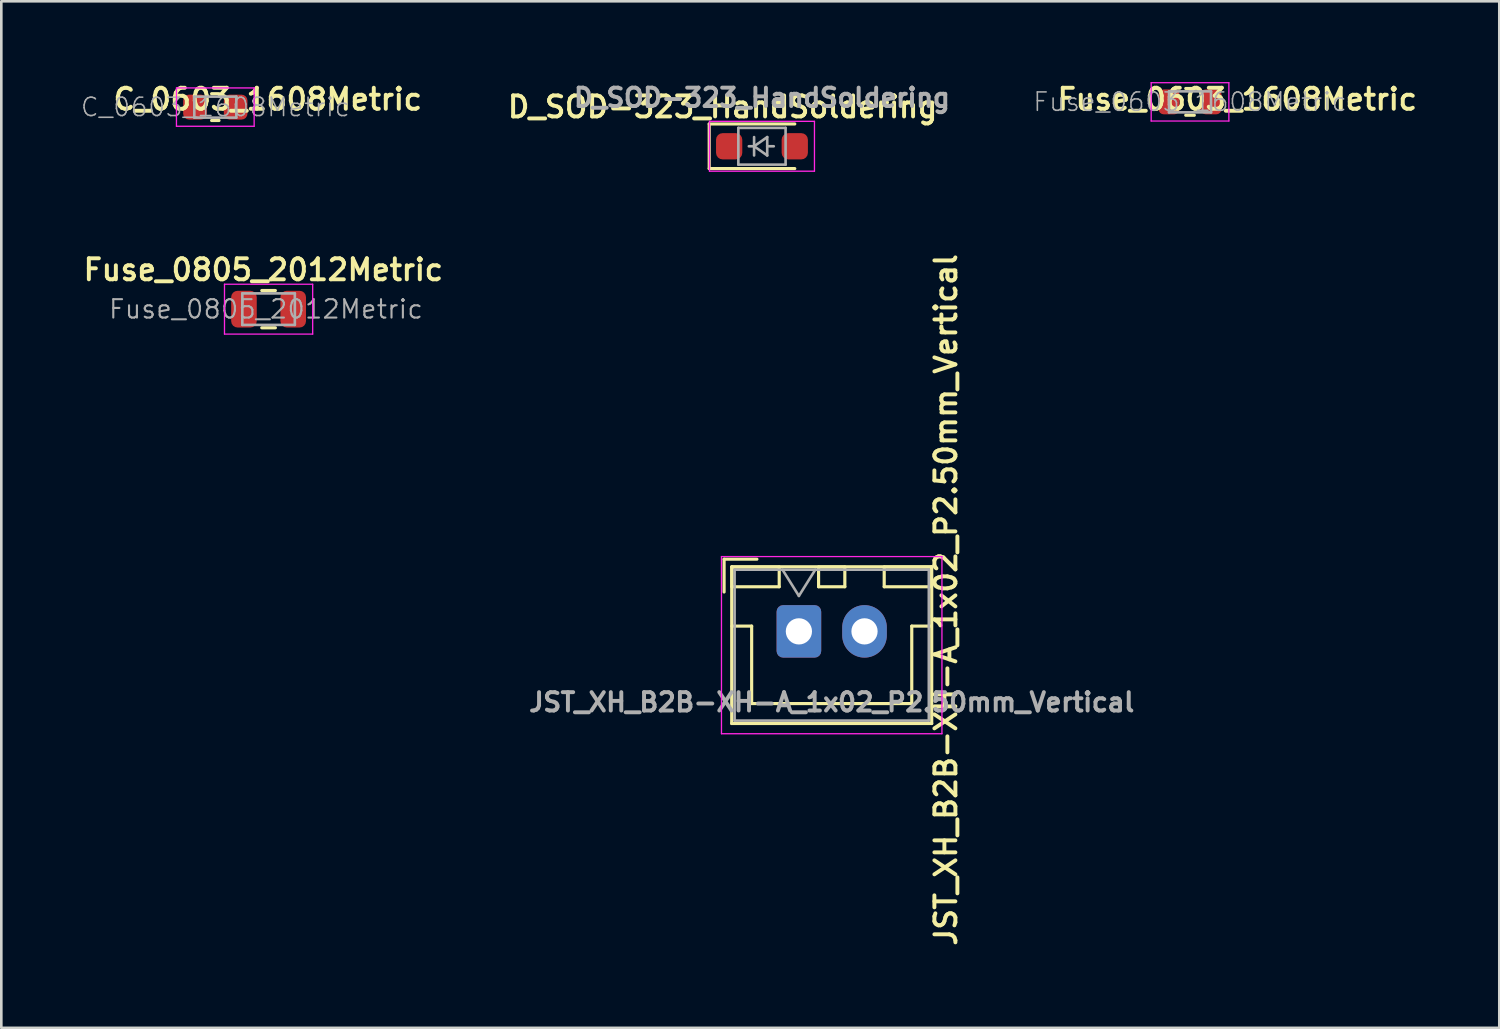
<source format=kicad_pcb>
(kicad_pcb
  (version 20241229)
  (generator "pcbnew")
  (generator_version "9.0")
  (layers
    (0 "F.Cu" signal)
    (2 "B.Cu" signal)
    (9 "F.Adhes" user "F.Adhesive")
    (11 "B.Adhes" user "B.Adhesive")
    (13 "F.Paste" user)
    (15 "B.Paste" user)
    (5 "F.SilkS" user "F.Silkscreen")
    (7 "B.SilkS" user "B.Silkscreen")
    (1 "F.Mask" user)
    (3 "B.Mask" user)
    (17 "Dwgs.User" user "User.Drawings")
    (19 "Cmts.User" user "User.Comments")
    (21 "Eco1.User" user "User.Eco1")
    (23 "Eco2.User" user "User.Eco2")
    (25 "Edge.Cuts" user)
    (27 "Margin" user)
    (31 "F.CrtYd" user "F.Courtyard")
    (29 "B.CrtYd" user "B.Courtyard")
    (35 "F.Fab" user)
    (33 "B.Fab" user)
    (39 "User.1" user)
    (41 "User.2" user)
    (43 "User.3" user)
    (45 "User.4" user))
  (footprint "JST_XH_B2B-XH-A_1x02_P2.50mm_Vertical"
    (layer "F.Cu")
    (at 27.388 21.005)
    (property "Reference" "JST_XH_B2B-XH-A_1x02_P2.50mm_Vertical" (at 5.6 -1.2 270) (layer "F.SilkS") (effects (font (size 0.8 0.8) (thickness 0.15))))
    (attr through_hole)
    (fp_line (start -2.85 -2.75) (end -2.85 -1.5) (stroke (width 0.12) (type solid)) (layer "F.SilkS"))
    (fp_line (start -2.56 -2.46) (end -2.56 3.51) (stroke (width 0.12) (type solid)) (layer "F.SilkS"))
    (fp_line (start -2.56 3.51) (end 5.06 3.51) (stroke (width 0.12) (type solid)) (layer "F.SilkS"))
    (fp_line (start -2.55 -2.45) (end -2.55 -1.7) (stroke (width 0.12) (type solid)) (layer "F.SilkS"))
    (fp_line (start -2.55 -1.7) (end -0.75 -1.7) (stroke (width 0.12) (type solid)) (layer "F.SilkS"))
    (fp_line (start -2.55 -0.2) (end -1.8 -0.2) (stroke (width 0.12) (type solid)) (layer "F.SilkS"))
    (fp_line (start -1.8 -0.2) (end -1.8 2.75) (stroke (width 0.12) (type solid)) (layer "F.SilkS"))
    (fp_line (start -1.8 2.75) (end 1.25 2.75) (stroke (width 0.12) (type solid)) (layer "F.SilkS"))
    (fp_line (start -1.6 -2.75) (end -2.85 -2.75) (stroke (width 0.12) (type solid)) (layer "F.SilkS"))
    (fp_line (start -0.75 -2.45) (end -2.55 -2.45) (stroke (width 0.12) (type solid)) (layer "F.SilkS"))
    (fp_line (start -0.75 -1.7) (end -0.75 -2.45) (stroke (width 0.12) (type solid)) (layer "F.SilkS"))
    (fp_line (start 0.75 -2.45) (end 0.75 -1.7) (stroke (width 0.12) (type solid)) (layer "F.SilkS"))
    (fp_line (start 0.75 -1.7) (end 1.75 -1.7) (stroke (width 0.12) (type solid)) (layer "F.SilkS"))
    (fp_line (start 1.75 -2.45) (end 0.75 -2.45) (stroke (width 0.12) (type solid)) (layer "F.SilkS"))
    (fp_line (start 1.75 -1.7) (end 1.75 -2.45) (stroke (width 0.12) (type solid)) (layer "F.SilkS"))
    (fp_line (start 3.25 -2.45) (end 3.25 -1.7) (stroke (width 0.12) (type solid)) (layer "F.SilkS"))
    (fp_line (start 3.25 -1.7) (end 5.05 -1.7) (stroke (width 0.12) (type solid)) (layer "F.SilkS"))
    (fp_line (start 4.3 -0.2) (end 4.3 2.75) (stroke (width 0.12) (type solid)) (layer "F.SilkS"))
    (fp_line (start 4.3 2.75) (end 1.25 2.75) (stroke (width 0.12) (type solid)) (layer "F.SilkS"))
    (fp_line (start 5.05 -2.45) (end 3.25 -2.45) (stroke (width 0.12) (type solid)) (layer "F.SilkS"))
    (fp_line (start 5.05 -1.7) (end 5.05 -2.45) (stroke (width 0.12) (type solid)) (layer "F.SilkS"))
    (fp_line (start 5.05 -0.2) (end 4.3 -0.2) (stroke (width 0.12) (type solid)) (layer "F.SilkS"))
    (fp_line (start 5.06 -2.46) (end -2.56 -2.46) (stroke (width 0.12) (type solid)) (layer "F.SilkS"))
    (fp_line (start 5.06 3.51) (end 5.06 -2.46) (stroke (width 0.12) (type solid)) (layer "F.SilkS"))
    (fp_line (start -2.95 -2.85) (end -2.95 3.9) (stroke (width 0.05) (type solid)) (layer "F.CrtYd"))
    (fp_line (start -2.95 3.9) (end 5.45 3.9) (stroke (width 0.05) (type solid)) (layer "F.CrtYd"))
    (fp_line (start 5.45 -2.85) (end -2.95 -2.85) (stroke (width 0.05) (type solid)) (layer "F.CrtYd"))
    (fp_line (start 5.45 3.9) (end 5.45 -2.85) (stroke (width 0.05) (type solid)) (layer "F.CrtYd"))
    (fp_line (start -2.45 -2.35) (end -2.45 3.4) (stroke (width 0.1) (type solid)) (layer "F.Fab"))
    (fp_line (start -2.45 3.4) (end 4.95 3.4) (stroke (width 0.1) (type solid)) (layer "F.Fab"))
    (fp_line (start -0.625 -2.35) (end 0 -1.35) (stroke (width 0.1) (type solid)) (layer "F.Fab"))
    (fp_line (start 0 -1.35) (end 0.625 -2.35) (stroke (width 0.1) (type solid)) (layer "F.Fab"))
    (fp_line (start 4.95 -2.35) (end -2.45 -2.35) (stroke (width 0.1) (type solid)) (layer "F.Fab"))
    (fp_line (start 4.95 3.4) (end 4.95 -2.35) (stroke (width 0.1) (type solid)) (layer "F.Fab"))
    (fp_text user "${REFERENCE}" (at 1.25 2.7 180) (layer "F.Fab") (effects (font (size 0.7 0.7) (thickness 0.15))))
    (pad "1" thru_hole roundrect (at 0 0) (size 1.7 2) (drill 1) (layers "*.Cu" "*.Mask") (roundrect_rratio 0.147))
    (pad "2" thru_hole oval (at 2.5 0) (size 1.7 2) (drill 1) (layers "*.Cu" "*.Mask")))
  (footprint "Fuse_0805_2012Metric"
    (layer "F.Cu")
    (at 7.183 8.729)
    (property "Reference" "Fuse_0805_2012Metric" (at -0.2 -1.5 180) (layer "F.SilkS") (effects (font (size 0.8 0.8) (thickness 0.15))))
    (attr smd)
    (fp_line (start -0.259 -0.71) (end 0.259 -0.71) (stroke (width 0.12) (type solid)) (layer "F.SilkS"))
    (fp_line (start -0.259 0.71) (end 0.259 0.71) (stroke (width 0.12) (type solid)) (layer "F.SilkS"))
    (fp_line (start -1.68 -0.95) (end 1.68 -0.95) (stroke (width 0.05) (type solid)) (layer "F.CrtYd"))
    (fp_line (start -1.68 0.95) (end -1.68 -0.95) (stroke (width 0.05) (type solid)) (layer "F.CrtYd"))
    (fp_line (start 1.68 -0.95) (end 1.68 0.95) (stroke (width 0.05) (type solid)) (layer "F.CrtYd"))
    (fp_line (start 1.68 0.95) (end -1.68 0.95) (stroke (width 0.05) (type solid)) (layer "F.CrtYd"))
    (fp_line (start -1 -0.6) (end 1 -0.6) (stroke (width 0.1) (type solid)) (layer "F.Fab"))
    (fp_line (start -1 0.6) (end -1 -0.6) (stroke (width 0.1) (type solid)) (layer "F.Fab"))
    (fp_line (start 1 -0.6) (end 1 0.6) (stroke (width 0.1) (type solid)) (layer "F.Fab"))
    (fp_line (start 1 0.6) (end -1 0.6) (stroke (width 0.1) (type solid)) (layer "F.Fab"))
    (fp_text user "${REFERENCE}" (at -0.1 0 180) (layer "F.Fab") (effects (font (size 0.7 0.7) (thickness 0.08))))
    (pad "1" smd roundrect (at -0.938 0) (size 0.975 1.4) (layers "F.Cu" "F.Mask" "F.Paste") (roundrect_rratio 0.25))
    (pad "2" smd roundrect (at 0.938 0) (size 0.975 1.4) (layers "F.Cu" "F.Mask" "F.Paste") (roundrect_rratio 0.25)))
  (footprint "Fuse_0603_1608Metric"
    (layer "F.Cu")
    (at 42.29 0.831)
    (property "Reference" "Fuse_0603_1608Metric" (at 1.8 -0.1 180) (layer "F.SilkS") (effects (font (size 0.8 0.8) (thickness 0.15))))
    (attr smd)
    (fp_line (start -0.163 -0.51) (end 0.163 -0.51) (stroke (width 0.12) (type solid)) (layer "F.SilkS"))
    (fp_line (start -0.163 0.51) (end 0.163 0.51) (stroke (width 0.12) (type solid)) (layer "F.SilkS"))
    (fp_line (start -1.48 -0.73) (end 1.48 -0.73) (stroke (width 0.05) (type solid)) (layer "F.CrtYd"))
    (fp_line (start -1.48 0.73) (end -1.48 -0.73) (stroke (width 0.05) (type solid)) (layer "F.CrtYd"))
    (fp_line (start 1.48 -0.73) (end 1.48 0.73) (stroke (width 0.05) (type solid)) (layer "F.CrtYd"))
    (fp_line (start 1.48 0.73) (end -1.48 0.73) (stroke (width 0.05) (type solid)) (layer "F.CrtYd"))
    (fp_line (start -0.8 -0.4) (end 0.8 -0.4) (stroke (width 0.1) (type solid)) (layer "F.Fab"))
    (fp_line (start -0.8 0.4) (end -0.8 -0.4) (stroke (width 0.1) (type solid)) (layer "F.Fab"))
    (fp_line (start 0.8 -0.4) (end 0.8 0.4) (stroke (width 0.1) (type solid)) (layer "F.Fab"))
    (fp_line (start 0.8 0.4) (end -0.8 0.4) (stroke (width 0.1) (type solid)) (layer "F.Fab"))
    (fp_text user "${REFERENCE}" (at 0 0 180) (layer "F.Fab") (effects (font (size 0.7 0.7) (thickness 0.06))))
    (pad "1" smd roundrect (at -0.8 0) (size 0.8 0.95) (layers "F.Cu" "F.Mask" "F.Paste") (roundrect_rratio 0.25))
    (pad "2" smd roundrect (at 0.8 0) (size 0.8 0.95) (layers "F.Cu" "F.Mask" "F.Paste") (roundrect_rratio 0.25)))
  (footprint "D_SOD-323_HandSoldering"
    (layer "F.Cu")
    (at 25.981 2.523)
    (property "Reference" "D_SOD-323_HandSoldering" (at -1.5 -1.5 0) (layer "F.SilkS") (effects (font (size 0.8 0.8) (thickness 0.15))))
    (attr smd)
    (fp_line (start -2.01 -0.85) (end -2.01 0.85) (stroke (width 0.12) (type solid)) (layer "F.SilkS"))
    (fp_line (start -2.01 -0.85) (end 1.25 -0.85) (stroke (width 0.12) (type solid)) (layer "F.SilkS"))
    (fp_line (start -2.01 0.85) (end 1.25 0.85) (stroke (width 0.12) (type solid)) (layer "F.SilkS"))
    (fp_line (start -2 -0.95) (end -2 0.95) (stroke (width 0.05) (type solid)) (layer "F.CrtYd"))
    (fp_line (start -2 -0.95) (end 2 -0.95) (stroke (width 0.05) (type solid)) (layer "F.CrtYd"))
    (fp_line (start -2 0.95) (end 2 0.95) (stroke (width 0.05) (type solid)) (layer "F.CrtYd"))
    (fp_line (start 2 -0.95) (end 2 0.95) (stroke (width 0.05) (type solid)) (layer "F.CrtYd"))
    (fp_line (start -0.9 -0.7) (end 0.9 -0.7) (stroke (width 0.1) (type solid)) (layer "F.Fab"))
    (fp_line (start -0.9 0.7) (end -0.9 -0.7) (stroke (width 0.1) (type solid)) (layer "F.Fab"))
    (fp_line (start -0.3 -0.35) (end -0.3 0.35) (stroke (width 0.1) (type solid)) (layer "F.Fab"))
    (fp_line (start -0.3 0) (end -0.5 0) (stroke (width 0.1) (type solid)) (layer "F.Fab"))
    (fp_line (start -0.3 0) (end 0.2 -0.35) (stroke (width 0.1) (type solid)) (layer "F.Fab"))
    (fp_line (start 0.2 -0.35) (end 0.2 0.35) (stroke (width 0.1) (type solid)) (layer "F.Fab"))
    (fp_line (start 0.2 0) (end 0.45 0) (stroke (width 0.1) (type solid)) (layer "F.Fab"))
    (fp_line (start 0.2 0.35) (end -0.3 0) (stroke (width 0.1) (type solid)) (layer "F.Fab"))
    (fp_line (start 0.9 -0.7) (end 0.9 0.7) (stroke (width 0.1) (type solid)) (layer "F.Fab"))
    (fp_line (start 0.9 0.7) (end -0.9 0.7) (stroke (width 0.1) (type solid)) (layer "F.Fab"))
    (fp_text user "${REFERENCE}" (at 0 -1.85 0) (layer "F.Fab") (effects (font (size 0.7 0.7) (thickness 0.15))))
    (pad "1" smd roundrect (at -1.25 0) (size 1 1) (layers "F.Cu" "F.Mask" "F.Paste") (roundrect_rratio 0.25))
    (pad "2" smd roundrect (at 1.25 0) (size 1 1) (layers "F.Cu" "F.Mask" "F.Paste") (roundrect_rratio 0.25)))
  (footprint "C_0603_1608Metric"
    (layer "F.Cu")
    (at 5.153 1.031)
    (property "Reference" "C_0603_1608Metric" (at 2 -0.3 0) (layer "F.SilkS") (effects (font (size 0.8 0.8) (thickness 0.15))))
    (attr smd)
    (fp_line (start -0.141 -0.51) (end 0.141 -0.51) (stroke (width 0.12) (type solid)) (layer "F.SilkS"))
    (fp_line (start -0.141 0.51) (end 0.141 0.51) (stroke (width 0.12) (type solid)) (layer "F.SilkS"))
    (fp_line (start -1.48 -0.73) (end 1.48 -0.73) (stroke (width 0.05) (type solid)) (layer "F.CrtYd"))
    (fp_line (start -1.48 0.73) (end -1.48 -0.73) (stroke (width 0.05) (type solid)) (layer "F.CrtYd"))
    (fp_line (start 1.48 -0.73) (end 1.48 0.73) (stroke (width 0.05) (type solid)) (layer "F.CrtYd"))
    (fp_line (start 1.48 0.73) (end -1.48 0.73) (stroke (width 0.05) (type solid)) (layer "F.CrtYd"))
    (fp_line (start -0.8 -0.4) (end 0.8 -0.4) (stroke (width 0.1) (type solid)) (layer "F.Fab"))
    (fp_line (start -0.8 0.4) (end -0.8 -0.4) (stroke (width 0.1) (type solid)) (layer "F.Fab"))
    (fp_line (start 0.8 -0.4) (end 0.8 0.4) (stroke (width 0.1) (type solid)) (layer "F.Fab"))
    (fp_line (start 0.8 0.4) (end -0.8 0.4) (stroke (width 0.1) (type solid)) (layer "F.Fab"))
    (fp_text user "${REFERENCE}" (at 0 0 0) (layer "F.Fab") (effects (font (size 0.7 0.7) (thickness 0.06))))
    (pad "1" smd roundrect (at -0.775 0) (size 0.9 0.95) (layers "F.Cu" "F.Mask" "F.Paste") (roundrect_rratio 0.25))
    (pad "2" smd roundrect (at 0.775 0) (size 0.9 0.95) (layers "F.Cu" "F.Mask" "F.Paste") (roundrect_rratio 0.25)))
  (gr_rect
    (start -3 -3)
    (end 54.073 36.112)
    (stroke (width 0.1) (type default))
    (fill no)
    (layer "Edge.Cuts")))
</source>
